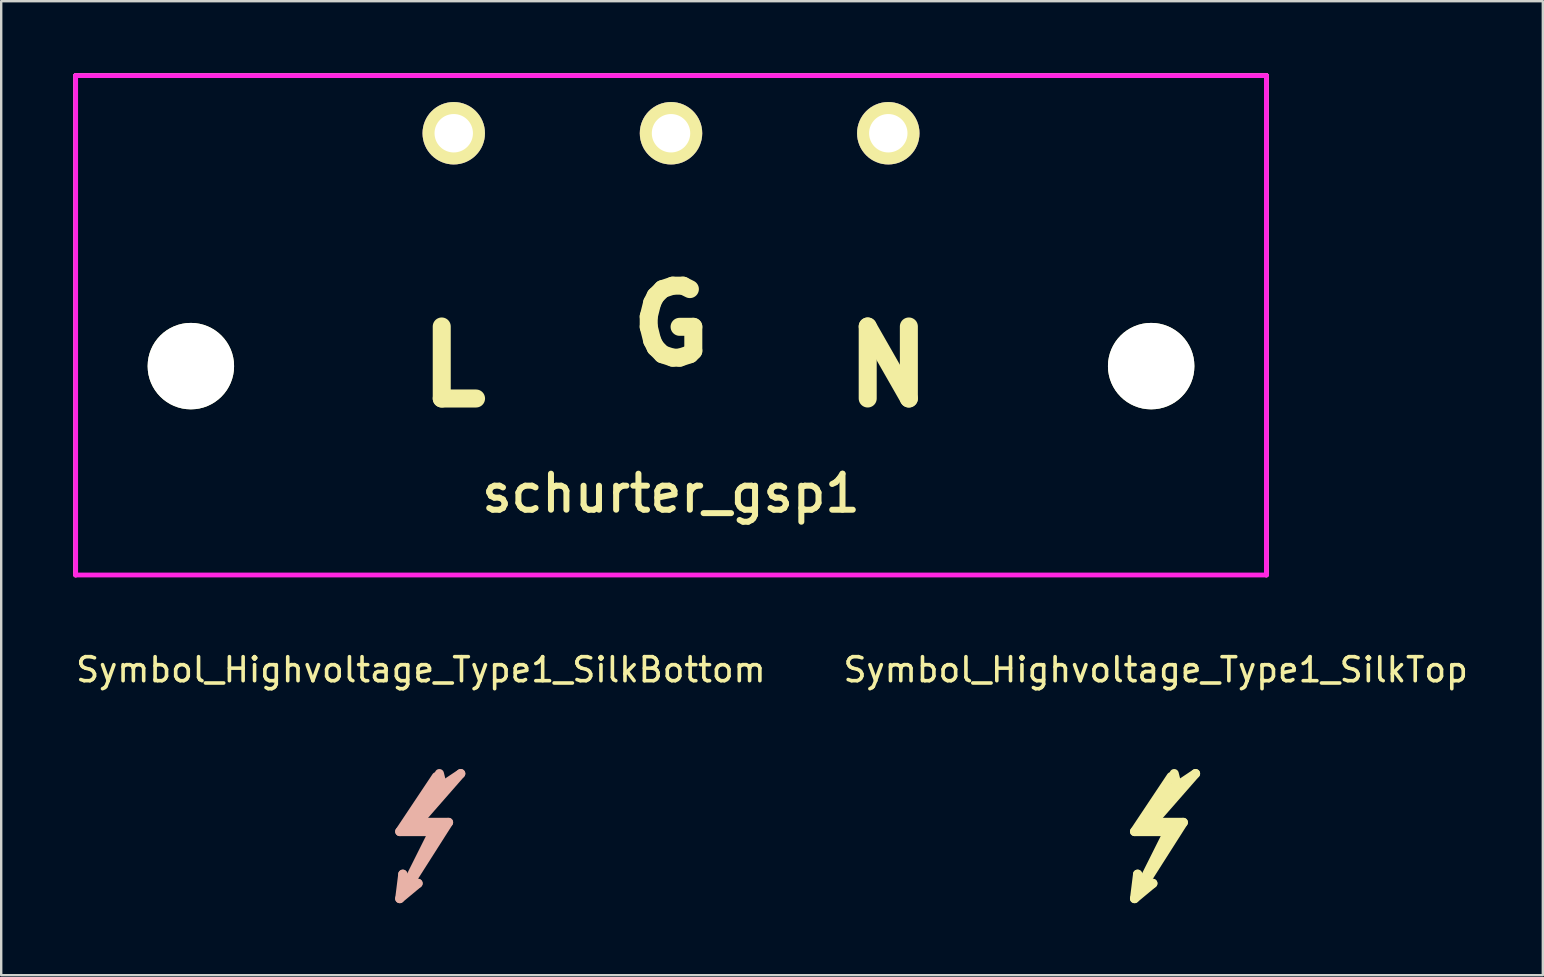
<source format=kicad_pcb>
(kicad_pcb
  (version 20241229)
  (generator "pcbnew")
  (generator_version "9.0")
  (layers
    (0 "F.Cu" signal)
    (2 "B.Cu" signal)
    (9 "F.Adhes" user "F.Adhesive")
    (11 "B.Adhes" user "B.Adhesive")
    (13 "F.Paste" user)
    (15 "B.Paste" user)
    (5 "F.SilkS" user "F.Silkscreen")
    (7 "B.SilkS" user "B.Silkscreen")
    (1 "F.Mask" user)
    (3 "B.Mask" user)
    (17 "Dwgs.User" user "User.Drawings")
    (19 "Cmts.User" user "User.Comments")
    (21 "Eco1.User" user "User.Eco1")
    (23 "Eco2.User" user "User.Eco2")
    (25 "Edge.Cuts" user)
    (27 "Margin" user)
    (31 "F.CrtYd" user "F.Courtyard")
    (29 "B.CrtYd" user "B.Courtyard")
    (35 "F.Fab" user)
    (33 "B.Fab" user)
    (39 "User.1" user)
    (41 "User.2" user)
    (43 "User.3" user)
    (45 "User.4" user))
  (footprint "schurter_gsp1"
    (layer "F.Cu")
    (at 24.9 2.5)
    (property "Reference" "schurter_gsp1" (at 0 15 0) (layer "F.SilkS") (effects (font (size 1.5 1.5) (thickness 0.25))))
    (attr through_hole)
    (fp_line (start -24.8 18.4) (end -24.8 -2.4) (stroke (width 0.2) (type solid)) (layer "F.SilkS"))
    (fp_line (start 24.8 -2.4) (end -24.8 -2.4) (stroke (width 0.2) (type solid)) (layer "F.SilkS"))
    (fp_line (start 24.8 18.4) (end 24.8 -2.4) (stroke (width 0.2) (type solid)) (layer "F.SilkS"))
    (fp_line (start -24.8 18.4) (end -24.8 -2.4) (stroke (width 0.2) (type solid)) (layer "F.CrtYd"))
    (fp_line (start -24.8 18.4) (end 24.8 18.4) (stroke (width 0.2) (type solid)) (layer "F.CrtYd"))
    (fp_line (start 24.8 -2.4) (end -24.8 -2.4) (stroke (width 0.2) (type solid)) (layer "F.CrtYd"))
    (fp_line (start 24.8 18.4) (end 24.8 -2.4) (stroke (width 0.2) (type solid)) (layer "F.CrtYd"))
    (fp_text user "N" (at 9.05 9.7 0) (layer "F.SilkS") (effects (font (size 3 3) (thickness 0.75))))
    (fp_text user "G" (at 0 8 0) (layer "F.SilkS") (effects (font (size 3 3) (thickness 0.75))))
    (fp_text user "L" (at -9.05 9.7 0) (layer "F.SilkS") (effects (font (size 3 3) (thickness 0.75))))
    (pad "" np_thru_hole circle (at -20 9.7) (size 3.6 3.6) (drill 3.6) (layers "*.Cu" "*.Mask" "F.SilkS"))
    (pad "" np_thru_hole circle (at 20 9.7) (size 3.6 3.6) (drill 3.6) (layers "*.Cu" "*.Mask" "F.SilkS"))
    (pad "1" thru_hole circle (at -9.05 0) (size 2.6 2.6) (drill 1.6) (layers "*.Cu" "*.Mask" "F.SilkS"))
    (pad "2" thru_hole circle (at 0 0) (size 2.6 2.6) (drill 1.6) (layers "*.Cu" "*.Mask" "F.SilkS"))
    (pad "3" thru_hole circle (at 9.05 0) (size 2.6 2.6) (drill 1.6) (layers "*.Cu" "*.Mask" "F.SilkS")))
  (footprint "Symbol_Highvoltage_Type1_SilkBottom"
    (layer "F.Cu")
    (at 14.482 32.848)
    (property "Reference" "Symbol_Highvoltage_Type1_SilkBottom" (at 0 -8 0) (layer "F.SilkS") (effects (font (size 1 1) (thickness 0.15))))
    (attr through_hole)
    (fp_line (start -0.881 -1.262) (end 0.516 -1.262) (stroke (width 0.381) (type solid)) (layer "B.SilkS"))
    (fp_line (start -0.881 1.532) (end -0.119 0.897) (stroke (width 0.381) (type solid)) (layer "B.SilkS"))
    (fp_line (start -0.754 0.516) (end -0.881 1.532) (stroke (width 0.381) (type solid)) (layer "B.SilkS"))
    (fp_line (start -0.627 1.024) (end -0.754 0.516) (stroke (width 0.381) (type solid)) (layer "B.SilkS"))
    (fp_line (start -0.627 1.151) (end 1.151 -1.643) (stroke (width 0.381) (type solid)) (layer "B.SilkS"))
    (fp_line (start -0.5 -1.389) (end 0.77 -1.389) (stroke (width 0.381) (type solid)) (layer "B.SilkS"))
    (fp_line (start -0.119 -1.643) (end 1.659 -3.675) (stroke (width 0.381) (type solid)) (layer "B.SilkS"))
    (fp_line (start -0.119 0.897) (end -0.627 1.151) (stroke (width 0.381) (type solid)) (layer "B.SilkS"))
    (fp_line (start 0.516 -1.262) (end -0.627 1.024) (stroke (width 0.381) (type solid)) (layer "B.SilkS"))
    (fp_line (start 0.643 -3.548) (end -0.881 -1.262) (stroke (width 0.381) (type solid)) (layer "B.SilkS"))
    (fp_line (start 0.897 -3.294) (end -0.5 -1.389) (stroke (width 0.381) (type solid)) (layer "B.SilkS"))
    (fp_line (start 0.897 -3.167) (end 0.77 -3.675) (stroke (width 0.381) (type solid)) (layer "B.SilkS"))
    (fp_line (start 1.151 -1.643) (end -0.119 -1.643) (stroke (width 0.381) (type solid)) (layer "B.SilkS"))
    (fp_line (start 1.659 -3.675) (end 0.897 -3.167) (stroke (width 0.381) (type solid)) (layer "B.SilkS")))
  (footprint "Symbol_Highvoltage_Type1_SilkTop"
    (layer "F.Cu")
    (at 45.089 32.848)
    (property "Reference" "Symbol_Highvoltage_Type1_SilkTop" (at 0 -8 0) (layer "F.SilkS") (effects (font (size 1 1) (thickness 0.15))))
    (attr through_hole)
    (fp_line (start -0.881 -1.262) (end 0.516 -1.262) (stroke (width 0.381) (type solid)) (layer "F.SilkS"))
    (fp_line (start -0.881 1.532) (end -0.119 0.897) (stroke (width 0.381) (type solid)) (layer "F.SilkS"))
    (fp_line (start -0.754 0.516) (end -0.881 1.532) (stroke (width 0.381) (type solid)) (layer "F.SilkS"))
    (fp_line (start -0.627 1.024) (end -0.754 0.516) (stroke (width 0.381) (type solid)) (layer "F.SilkS"))
    (fp_line (start -0.627 1.151) (end 1.151 -1.643) (stroke (width 0.381) (type solid)) (layer "F.SilkS"))
    (fp_line (start -0.5 -1.389) (end 0.77 -1.389) (stroke (width 0.381) (type solid)) (layer "F.SilkS"))
    (fp_line (start -0.119 -1.643) (end 1.659 -3.675) (stroke (width 0.381) (type solid)) (layer "F.SilkS"))
    (fp_line (start -0.119 0.897) (end -0.627 1.151) (stroke (width 0.381) (type solid)) (layer "F.SilkS"))
    (fp_line (start 0.516 -1.262) (end -0.627 1.024) (stroke (width 0.381) (type solid)) (layer "F.SilkS"))
    (fp_line (start 0.643 -3.548) (end -0.881 -1.262) (stroke (width 0.381) (type solid)) (layer "F.SilkS"))
    (fp_line (start 0.897 -3.294) (end -0.5 -1.389) (stroke (width 0.381) (type solid)) (layer "F.SilkS"))
    (fp_line (start 0.897 -3.167) (end 0.77 -3.675) (stroke (width 0.381) (type solid)) (layer "F.SilkS"))
    (fp_line (start 1.151 -1.643) (end -0.119 -1.643) (stroke (width 0.381) (type solid)) (layer "F.SilkS"))
    (fp_line (start 1.659 -3.675) (end 0.897 -3.167) (stroke (width 0.381) (type solid)) (layer "F.SilkS")))
  (gr_rect
    (start -3 -3)
    (end 61.214 37.571)
    (stroke (width 0.1) (type default))
    (fill no)
    (layer "Edge.Cuts")))
</source>
